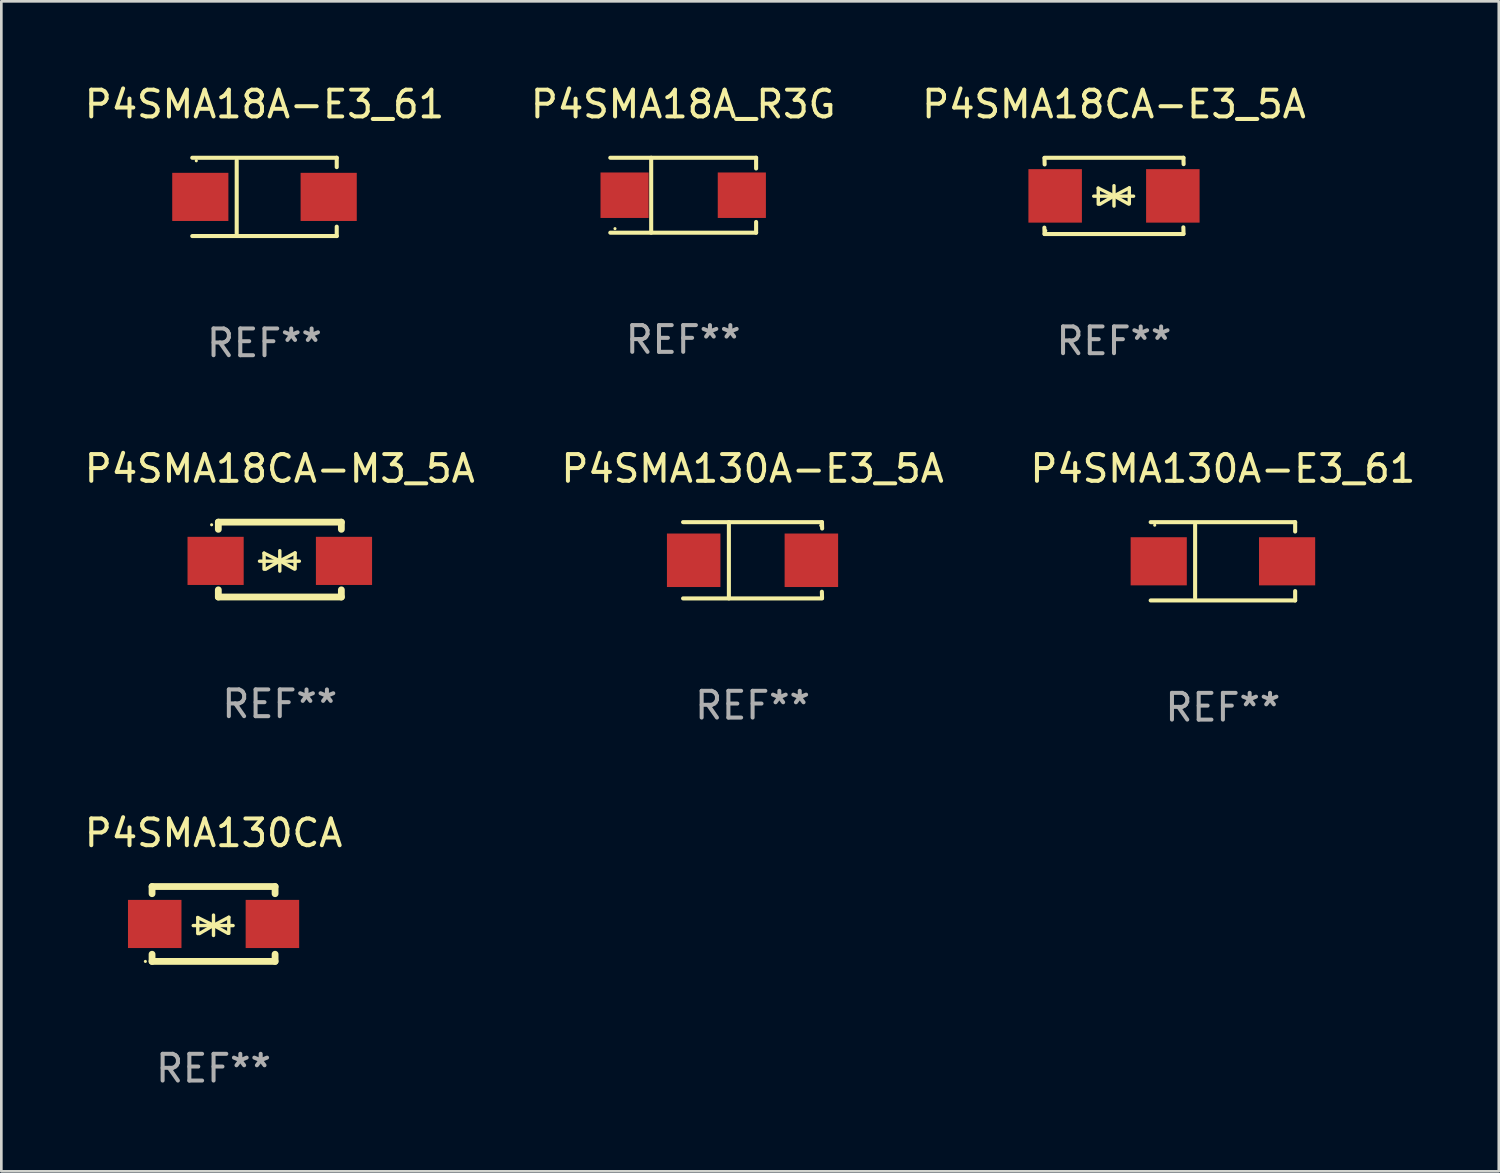
<source format=kicad_pcb>
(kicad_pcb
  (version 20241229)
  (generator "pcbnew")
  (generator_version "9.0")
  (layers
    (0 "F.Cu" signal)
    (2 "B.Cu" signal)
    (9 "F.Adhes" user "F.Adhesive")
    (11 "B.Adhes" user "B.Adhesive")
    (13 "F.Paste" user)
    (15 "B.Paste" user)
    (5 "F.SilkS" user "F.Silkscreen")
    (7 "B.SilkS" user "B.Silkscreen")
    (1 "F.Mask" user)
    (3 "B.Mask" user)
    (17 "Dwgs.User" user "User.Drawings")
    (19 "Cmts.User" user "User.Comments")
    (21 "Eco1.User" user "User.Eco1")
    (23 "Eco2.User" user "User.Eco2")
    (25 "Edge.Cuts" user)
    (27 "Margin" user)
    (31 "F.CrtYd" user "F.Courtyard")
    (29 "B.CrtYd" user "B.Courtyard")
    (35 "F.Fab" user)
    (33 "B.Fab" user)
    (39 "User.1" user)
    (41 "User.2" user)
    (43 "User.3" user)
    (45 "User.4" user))
  (footprint "P4SMA130A-E3_5A"
    (layer "F.Cu")
    (at 25.089 17.898)
    (property "Reference" "P4SMA130A-E3_5A" (at 0 -3.426 0) (layer "F.SilkS") (effects (font (size 1 1) (thickness 0.15))))
    (attr through_hole)
    (fp_line (start -2.6 -1.426) (end 2.593 -1.426) (stroke (width 0.152) (type solid)) (layer "F.SilkS"))
    (fp_line (start -2.6 1.426) (end 2.593 1.426) (stroke (width 0.152) (type solid)) (layer "F.SilkS"))
    (fp_line (start -0.887 -1.426) (end -0.887 1.426) (stroke (width 0.152) (type solid)) (layer "F.SilkS"))
    (fp_line (start 2.59 1.176) (end 2.597 1.415) (stroke (width 0.152) (type solid)) (layer "F.SilkS"))
    (fp_line (start 2.593 -1.426) (end 2.6 -1.187) (stroke (width 0.152) (type solid)) (layer "F.SilkS"))
    (fp_circle (center 2.547 -1.3) (end 2.577 -1.3) (stroke (width 0.06) (type solid)) (fill no) (layer "F.SilkS"))
    (fp_text user "REF**" (at 0 5.426 0) (layer "F.Fab") (effects (font (size 1 1) (thickness 0.15))))
    (pad "1" smd rect (at 2.197 -0.000025 180) (size 2 2) (layers "F.Cu" "F.Mask" "F.Paste"))
    (pad "2" smd rect (at -2.203 -0.000025 180) (size 2 2) (layers "F.Cu" "F.Mask" "F.Paste")))
  (footprint "P4SMA18CA-E3_5A"
    (layer "F.Cu")
    (at 38.601 4.274)
    (property "Reference" "P4SMA18CA-E3_5A" (at 0 -3.426 0) (layer "F.SilkS") (effects (font (size 1 1) (thickness 0.15))))
    (attr through_hole)
    (fp_line (start -2.596 -1.426) (end 2.596 -1.426) (stroke (width 0.152) (type solid)) (layer "F.SilkS"))
    (fp_line (start -2.596 1.426) (end -2.603 1.187) (stroke (width 0.152) (type solid)) (layer "F.SilkS"))
    (fp_line (start -2.596 1.426) (end 2.596 1.426) (stroke (width 0.152) (type solid)) (layer "F.SilkS"))
    (fp_line (start -2.593 -1.176) (end -2.6 -1.415) (stroke (width 0.152) (type solid)) (layer "F.SilkS"))
    (fp_line (start -0.758 0.011) (end 0.732 0.011) (stroke (width 0.127) (type solid)) (layer "F.SilkS"))
    (fp_line (start -0.588 -0.289) (end -0.588 0.311) (stroke (width 0.127) (type solid)) (layer "F.SilkS"))
    (fp_line (start -0.588 -0.289) (end 0 0) (stroke (width 0.127) (type solid)) (layer "F.SilkS"))
    (fp_line (start -0.528 0.311) (end 0 0) (stroke (width 0.127) (type solid)) (layer "F.SilkS"))
    (fp_line (start 0 0) (end 0 -0.381) (stroke (width 0.127) (type solid)) (layer "F.SilkS"))
    (fp_line (start 0 0) (end 0 0.381) (stroke (width 0.127) (type solid)) (layer "F.SilkS"))
    (fp_line (start 0.542 0.301) (end 0 0) (stroke (width 0.127) (type solid)) (layer "F.SilkS"))
    (fp_line (start 0.572 -0.299) (end 0 0) (stroke (width 0.127) (type solid)) (layer "F.SilkS"))
    (fp_line (start 0.572 -0.299) (end 0.572 0.301) (stroke (width 0.127) (type solid)) (layer "F.SilkS"))
    (fp_line (start 2.593 1.176) (end 2.6 1.415) (stroke (width 0.152) (type solid)) (layer "F.SilkS"))
    (fp_line (start 2.596 -1.426) (end 2.603 -1.187) (stroke (width 0.152) (type solid)) (layer "F.SilkS"))
    (fp_circle (center -2.55 1.3) (end -2.52 1.3) (stroke (width 0.06) (type solid)) (fill no) (layer "F.SilkS"))
    (fp_text user "REF**" (at 0 5.426 0) (layer "F.Fab") (effects (font (size 1 1) (thickness 0.15))))
    (pad "1" smd rect (at -2.2 0 180) (size 2 2) (layers "F.Cu" "F.Mask" "F.Paste"))
    (pad "2" smd rect (at 2.2 0 180) (size 2 2) (layers "F.Cu" "F.Mask" "F.Paste")))
  (footprint "P4SMA18A_R3G"
    (layer "F.Cu")
    (at 22.494 4.249)
    (property "Reference" "P4SMA18A_R3G" (at 0 -3.401 0) (layer "F.SilkS") (effects (font (size 1 1) (thickness 0.15))))
    (attr through_hole)
    (fp_line (start -2.726 -1.401) (end 2.726 -1.401) (stroke (width 0.152) (type solid)) (layer "F.SilkS"))
    (fp_line (start -2.726 1.401) (end 2.726 1.401) (stroke (width 0.152) (type solid)) (layer "F.SilkS"))
    (fp_line (start -1.197 -1.401) (end -1.197 1.401) (stroke (width 0.152) (type solid)) (layer "F.SilkS"))
    (fp_line (start 2.726 -1.401) (end 2.726 -1) (stroke (width 0.152) (type solid)) (layer "F.SilkS"))
    (fp_line (start 2.726 1.401) (end 2.726 1) (stroke (width 0.152) (type solid)) (layer "F.SilkS"))
    (fp_circle (center -2.55 1.25) (end -2.52 1.25) (stroke (width 0.06) (type solid)) (fill no) (layer "F.SilkS"))
    (fp_text user "REF**" (at 0 5.401 0) (layer "F.Fab") (effects (font (size 1 1) (thickness 0.15))))
    (pad "1" smd rect (at -2.192 0) (size 1.8 1.7) (layers "F.Cu" "F.Mask" "F.Paste"))
    (pad "2" smd rect (at 2.192 0) (size 1.8 1.7) (layers "F.Cu" "F.Mask" "F.Paste")))
  (footprint "P4SMA18A-E3_61"
    (layer "F.Cu")
    (at 6.839 4.312)
    (property "Reference" "P4SMA18A-E3_61" (at 0 -3.464 0) (layer "F.SilkS") (effects (font (size 1 1) (thickness 0.15))))
    (attr through_hole)
    (fp_line (start -2.701 -1.464) (end 2.701 -1.464) (stroke (width 0.152) (type solid)) (layer "F.SilkS"))
    (fp_line (start -2.701 1.464) (end 2.701 1.464) (stroke (width 0.152) (type solid)) (layer "F.SilkS"))
    (fp_line (start -1.039 -1.364) (end -1.039 1.364) (stroke (width 0.152) (type solid)) (layer "F.SilkS"))
    (fp_line (start 2.701 -1.464) (end 2.701 -1.113) (stroke (width 0.152) (type solid)) (layer "F.SilkS"))
    (fp_line (start 2.701 1.464) (end 2.701 1.113) (stroke (width 0.152) (type solid)) (layer "F.SilkS"))
    (fp_circle (center -2.55 -1.35) (end -2.52 -1.35) (stroke (width 0.06) (type solid)) (fill no) (layer "F.SilkS"))
    (fp_text user "REF**" (at 0 5.464 0) (layer "F.Fab") (effects (font (size 1 1) (thickness 0.15))))
    (pad "1" smd rect (at -2.4 0) (size 2.1 1.8) (layers "F.Cu" "F.Mask" "F.Paste"))
    (pad "2" smd rect (at 2.4 0) (size 2.1 1.8) (layers "F.Cu" "F.Mask" "F.Paste")))
  (footprint "P4SMA130CA"
    (layer "F.Cu")
    (at 4.935 31.496)
    (property "Reference" "P4SMA130CA" (at 0 -3.4 0) (layer "F.SilkS") (effects (font (size 1 1) (thickness 0.15))))
    (attr through_hole)
    (fp_line (start -2.3 -1.4) (end -2.3 -1.131) (stroke (width 0.254) (type solid)) (layer "F.SilkS"))
    (fp_line (start -2.3 -1.4) (end 2.3 -1.4) (stroke (width 0.254) (type solid)) (layer "F.SilkS"))
    (fp_line (start -2.3 1.131) (end -2.3 1.4) (stroke (width 0.254) (type solid)) (layer "F.SilkS"))
    (fp_line (start -2.3 1.4) (end 2.3 1.4) (stroke (width 0.254) (type solid)) (layer "F.SilkS"))
    (fp_line (start -0.76 0.06) (end 0.73 0.06) (stroke (width 0.127) (type solid)) (layer "F.SilkS"))
    (fp_line (start -0.59 -0.24) (end -0.59 0.36) (stroke (width 0.127) (type solid)) (layer "F.SilkS"))
    (fp_line (start -0.59 -0.24) (end -0.002 0.049) (stroke (width 0.127) (type solid)) (layer "F.SilkS"))
    (fp_line (start -0.53 0.36) (end -0.002 0.049) (stroke (width 0.127) (type solid)) (layer "F.SilkS"))
    (fp_line (start -0.002 0.049) (end -0.002 -0.332) (stroke (width 0.127) (type solid)) (layer "F.SilkS"))
    (fp_line (start -0.002 0.049) (end -0.002 0.43) (stroke (width 0.127) (type solid)) (layer "F.SilkS"))
    (fp_line (start 0.54 0.35) (end -0.002 0.049) (stroke (width 0.127) (type solid)) (layer "F.SilkS"))
    (fp_line (start 0.57 -0.25) (end -0.002 0.049) (stroke (width 0.127) (type solid)) (layer "F.SilkS"))
    (fp_line (start 0.57 -0.25) (end 0.57 0.35) (stroke (width 0.127) (type solid)) (layer "F.SilkS"))
    (fp_line (start 2.3 -1.4) (end 2.3 -1.131) (stroke (width 0.254) (type solid)) (layer "F.SilkS"))
    (fp_line (start 2.3 1.131) (end 2.3 1.4) (stroke (width 0.254) (type solid)) (layer "F.SilkS"))
    (fp_circle (center -2.55 1.4) (end -2.52 1.4) (stroke (width 0.06) (type solid)) (fill no) (layer "F.SilkS"))
    (fp_text user "REF**" (at 0 5.4 0) (layer "F.Fab") (effects (font (size 1 1) (thickness 0.15))))
    (pad "1" smd rect (at -2.2 0) (size 2 1.8) (layers "F.Cu" "F.Mask" "F.Paste"))
    (pad "2" smd rect (at 2.2 0) (size 2 1.8) (layers "F.Cu" "F.Mask" "F.Paste")))
  (footprint "P4SMA18CA-M3_5A"
    (layer "F.Cu")
    (at 7.411 17.872)
    (property "Reference" "P4SMA18CA-M3_5A" (at 0 -3.4 0) (layer "F.SilkS") (effects (font (size 1 1) (thickness 0.15))))
    (attr through_hole)
    (fp_line (start -2.298 -1.4) (end -2.298 -1.131) (stroke (width 0.254) (type solid)) (layer "F.SilkS"))
    (fp_line (start -2.298 -1.4) (end 2.302 -1.4) (stroke (width 0.254) (type solid)) (layer "F.SilkS"))
    (fp_line (start -2.298 1.131) (end -2.298 1.4) (stroke (width 0.254) (type solid)) (layer "F.SilkS"))
    (fp_line (start -2.298 1.4) (end 2.302 1.4) (stroke (width 0.254) (type solid)) (layer "F.SilkS"))
    (fp_line (start -0.758 0.06) (end 0.732 0.06) (stroke (width 0.127) (type solid)) (layer "F.SilkS"))
    (fp_line (start -0.588 -0.24) (end -0.588 0.36) (stroke (width 0.127) (type solid)) (layer "F.SilkS"))
    (fp_line (start -0.588 -0.24) (end 0.000025 0.049) (stroke (width 0.127) (type solid)) (layer "F.SilkS"))
    (fp_line (start -0.528 0.36) (end 0.000025 0.049) (stroke (width 0.127) (type solid)) (layer "F.SilkS"))
    (fp_line (start 0.000025 0.049) (end 0.000025 -0.332) (stroke (width 0.127) (type solid)) (layer "F.SilkS"))
    (fp_line (start 0.000025 0.049) (end 0.000025 0.43) (stroke (width 0.127) (type solid)) (layer "F.SilkS"))
    (fp_line (start 0.542 0.35) (end 0.000025 0.049) (stroke (width 0.127) (type solid)) (layer "F.SilkS"))
    (fp_line (start 0.572 -0.25) (end 0.000025 0.049) (stroke (width 0.127) (type solid)) (layer "F.SilkS"))
    (fp_line (start 0.572 -0.25) (end 0.572 0.35) (stroke (width 0.127) (type solid)) (layer "F.SilkS"))
    (fp_line (start 2.302 -1.4) (end 2.302 -1.131) (stroke (width 0.254) (type solid)) (layer "F.SilkS"))
    (fp_line (start 2.302 1.131) (end 2.302 1.4) (stroke (width 0.254) (type solid)) (layer "F.SilkS"))
    (fp_circle (center -2.549 -1.301) (end -2.519 -1.301) (stroke (width 0.06) (type solid)) (fill no) (layer "F.SilkS"))
    (fp_text user "REF**" (at 0 5.4 0) (layer "F.Fab") (effects (font (size 1 1) (thickness 0.15))))
    (pad "1" smd rect (at -2.4 0.049) (size 2.1 1.8) (layers "F.Cu" "F.Mask" "F.Paste"))
    (pad "2" smd rect (at 2.4 0.049) (size 2.1 1.8) (layers "F.Cu" "F.Mask" "F.Paste")))
  (footprint "P4SMA130A-E3_61"
    (layer "F.Cu")
    (at 42.673 17.936)
    (property "Reference" "P4SMA130A-E3_61" (at 0 -3.464 0) (layer "F.SilkS") (effects (font (size 1 1) (thickness 0.15))))
    (attr through_hole)
    (fp_line (start -2.701 -1.464) (end 2.701 -1.464) (stroke (width 0.152) (type solid)) (layer "F.SilkS"))
    (fp_line (start -2.701 1.464) (end 2.701 1.464) (stroke (width 0.152) (type solid)) (layer "F.SilkS"))
    (fp_line (start -1.039 -1.364) (end -1.039 1.364) (stroke (width 0.152) (type solid)) (layer "F.SilkS"))
    (fp_line (start 2.701 -1.464) (end 2.701 -1.113) (stroke (width 0.152) (type solid)) (layer "F.SilkS"))
    (fp_line (start 2.701 1.464) (end 2.701 1.113) (stroke (width 0.152) (type solid)) (layer "F.SilkS"))
    (fp_circle (center -2.55 -1.35) (end -2.52 -1.35) (stroke (width 0.06) (type solid)) (fill no) (layer "F.SilkS"))
    (fp_text user "REF**" (at 0 5.464 0) (layer "F.Fab") (effects (font (size 1 1) (thickness 0.15))))
    (pad "1" smd rect (at -2.4 0) (size 2.1 1.8) (layers "F.Cu" "F.Mask" "F.Paste"))
    (pad "2" smd rect (at 2.4 0) (size 2.1 1.8) (layers "F.Cu" "F.Mask" "F.Paste")))
  (gr_rect
    (start -3 -3)
    (end 52.988 40.744)
    (stroke (width 0.1) (type default))
    (fill no)
    (layer "Edge.Cuts")))
</source>
